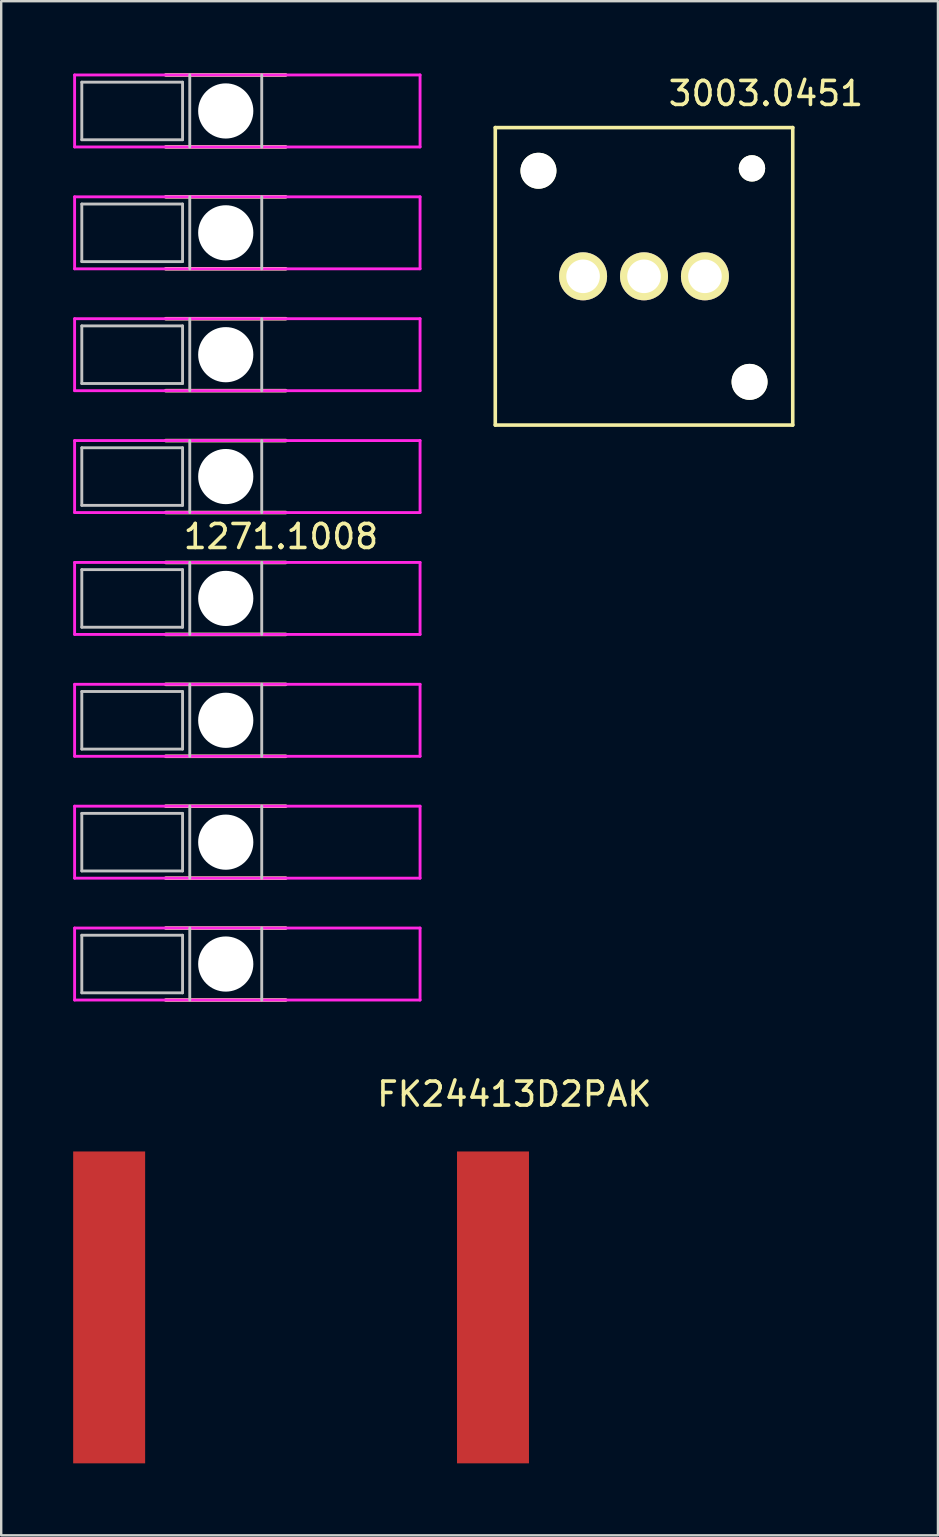
<source format=kicad_pcb>
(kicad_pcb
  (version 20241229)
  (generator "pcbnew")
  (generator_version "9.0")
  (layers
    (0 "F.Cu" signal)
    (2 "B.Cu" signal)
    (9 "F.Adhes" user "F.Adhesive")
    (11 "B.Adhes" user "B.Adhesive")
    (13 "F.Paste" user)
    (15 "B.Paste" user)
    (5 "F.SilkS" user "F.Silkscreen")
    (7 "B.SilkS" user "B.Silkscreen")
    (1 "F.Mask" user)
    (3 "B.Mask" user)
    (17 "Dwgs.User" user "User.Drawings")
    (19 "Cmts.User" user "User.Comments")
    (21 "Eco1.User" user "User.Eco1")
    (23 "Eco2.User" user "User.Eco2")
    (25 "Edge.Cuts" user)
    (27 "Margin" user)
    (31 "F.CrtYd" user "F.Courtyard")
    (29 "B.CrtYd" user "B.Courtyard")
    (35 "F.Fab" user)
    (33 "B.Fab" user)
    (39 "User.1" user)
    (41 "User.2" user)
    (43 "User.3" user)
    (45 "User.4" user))
  (footprint "FK24413D2PAK"
    (layer "F.Cu")
    (at 9.5 51.448)
    (property "Reference" "FK24413D2PAK" (at 8.89 -8.89 0) (layer "F.SilkS") (effects (font (size 1 1) (thickness 0.15))))
    (attr through_hole)
    (pad "1" smd rect (at -8 0) (size 3 13) (layers "F.Cu" "F.Mask" "F.Paste"))
    (pad "1" smd rect (at 8 0) (size 3 13) (layers "F.Cu" "F.Mask" "F.Paste")))
  (footprint "3003.0451"
    (layer "F.Cu")
    (at 23.795 8.468)
    (property "Reference" "3003.0451" (at 5.08 -7.62 0) (layer "F.SilkS") (effects (font (size 1 1) (thickness 0.15))))
    (attr through_hole)
    (fp_line (start -6.2 -6.2) (end -6.2 6.2) (stroke (width 0.15) (type solid)) (layer "F.SilkS"))
    (fp_line (start -6.2 6.2) (end 6.2 6.2) (stroke (width 0.15) (type solid)) (layer "F.SilkS"))
    (fp_line (start 6.2 -6.2) (end -6.2 -6.2) (stroke (width 0.15) (type solid)) (layer "F.SilkS"))
    (fp_line (start 6.2 6.2) (end 6.2 -6.2) (stroke (width 0.15) (type solid)) (layer "F.SilkS"))
    (pad "" np_thru_hole circle (at -4.4 -4.4) (size 1.5 1.5) (drill 1.5) (layers "*.Cu" "*.Mask" "F.SilkS"))
    (pad "" np_thru_hole circle (at 4.4 4.4) (size 1.5 1.5) (drill 1.5) (layers "*.Cu" "*.Mask" "F.SilkS"))
    (pad "" np_thru_hole circle (at 4.5 -4.5) (size 1.1 1.1) (drill 1.1) (layers "*.Cu" "*.Mask" "F.SilkS"))
    (pad "1" thru_hole circle (at 0 0) (size 2 2) (drill 1.4) (layers "*.Cu" "*.Mask" "F.SilkS"))
    (pad "2" thru_hole circle (at -2.54 0) (size 2 2) (drill 1.4) (layers "*.Cu" "*.Mask" "F.SilkS"))
    (pad "3" thru_hole circle (at 2.54 0) (size 2 2) (drill 1.4) (layers "*.Cu" "*.Mask" "F.SilkS")))
  (footprint "1271.1008"
    (layer "F.Cu")
    (at 6.36 19.355)
    (property "Reference" "1271.1008" (at 2.3 -0.04 0) (layer "F.SilkS") (effects (font (size 1 1) (thickness 0.15))))
    (attr through_hole)
    (fp_line (start -2.5 -19.28) (end 2.5 -19.28) (stroke (width 0.15) (type solid)) (layer "F.SilkS"))
    (fp_line (start -2.5 -16.28) (end 2.5 -16.28) (stroke (width 0.15) (type solid)) (layer "F.SilkS"))
    (fp_line (start -2.5 -14.2) (end 2.5 -14.2) (stroke (width 0.15) (type solid)) (layer "F.SilkS"))
    (fp_line (start -2.5 -11.2) (end 2.5 -11.2) (stroke (width 0.15) (type solid)) (layer "F.SilkS"))
    (fp_line (start -2.5 -9.12) (end 2.5 -9.12) (stroke (width 0.15) (type solid)) (layer "F.SilkS"))
    (fp_line (start -2.5 -6.12) (end 2.5 -6.12) (stroke (width 0.15) (type solid)) (layer "F.SilkS"))
    (fp_line (start -2.5 -4.04) (end 2.5 -4.04) (stroke (width 0.15) (type solid)) (layer "F.SilkS"))
    (fp_line (start -2.5 -1.04) (end 2.5 -1.04) (stroke (width 0.15) (type solid)) (layer "F.SilkS"))
    (fp_line (start -2.5 1.04) (end 2.5 1.04) (stroke (width 0.15) (type solid)) (layer "F.SilkS"))
    (fp_line (start -2.5 4.04) (end 2.5 4.04) (stroke (width 0.15) (type solid)) (layer "F.SilkS"))
    (fp_line (start -2.5 6.12) (end 2.5 6.12) (stroke (width 0.15) (type solid)) (layer "F.SilkS"))
    (fp_line (start -2.5 9.12) (end 2.5 9.12) (stroke (width 0.15) (type solid)) (layer "F.SilkS"))
    (fp_line (start -2.5 11.2) (end 2.5 11.2) (stroke (width 0.15) (type solid)) (layer "F.SilkS"))
    (fp_line (start -2.5 14.2) (end 2.5 14.2) (stroke (width 0.15) (type solid)) (layer "F.SilkS"))
    (fp_line (start -2.5 16.28) (end 2.5 16.28) (stroke (width 0.15) (type solid)) (layer "F.SilkS"))
    (fp_line (start -2.5 19.28) (end 2.5 19.28) (stroke (width 0.15) (type solid)) (layer "F.SilkS"))
    (fp_line (start -6 -18.98) (end -6 -16.58) (stroke (width 0.12) (type solid)) (layer "Dwgs.User"))
    (fp_line (start -6 -16.58) (end -1.8 -16.58) (stroke (width 0.12) (type solid)) (layer "Dwgs.User"))
    (fp_line (start -6 -13.9) (end -6 -11.5) (stroke (width 0.12) (type solid)) (layer "Dwgs.User"))
    (fp_line (start -6 -11.5) (end -1.8 -11.5) (stroke (width 0.12) (type solid)) (layer "Dwgs.User"))
    (fp_line (start -6 -8.82) (end -6 -6.42) (stroke (width 0.12) (type solid)) (layer "Dwgs.User"))
    (fp_line (start -6 -6.42) (end -1.8 -6.42) (stroke (width 0.12) (type solid)) (layer "Dwgs.User"))
    (fp_line (start -6 -3.74) (end -6 -1.34) (stroke (width 0.12) (type solid)) (layer "Dwgs.User"))
    (fp_line (start -6 -1.34) (end -1.8 -1.34) (stroke (width 0.12) (type solid)) (layer "Dwgs.User"))
    (fp_line (start -6 1.34) (end -6 3.74) (stroke (width 0.12) (type solid)) (layer "Dwgs.User"))
    (fp_line (start -6 3.74) (end -1.8 3.74) (stroke (width 0.12) (type solid)) (layer "Dwgs.User"))
    (fp_line (start -6 6.42) (end -6 8.82) (stroke (width 0.12) (type solid)) (layer "Dwgs.User"))
    (fp_line (start -6 8.82) (end -1.8 8.82) (stroke (width 0.12) (type solid)) (layer "Dwgs.User"))
    (fp_line (start -6 11.5) (end -6 13.9) (stroke (width 0.12) (type solid)) (layer "Dwgs.User"))
    (fp_line (start -6 13.9) (end -1.8 13.9) (stroke (width 0.12) (type solid)) (layer "Dwgs.User"))
    (fp_line (start -6 16.58) (end -6 18.98) (stroke (width 0.12) (type solid)) (layer "Dwgs.User"))
    (fp_line (start -6 18.98) (end -1.8 18.98) (stroke (width 0.12) (type solid)) (layer "Dwgs.User"))
    (fp_line (start -1.8 -18.98) (end -6 -18.98) (stroke (width 0.12) (type solid)) (layer "Dwgs.User"))
    (fp_line (start -1.8 -16.58) (end -1.8 -18.98) (stroke (width 0.12) (type solid)) (layer "Dwgs.User"))
    (fp_line (start -1.8 -13.9) (end -6 -13.9) (stroke (width 0.12) (type solid)) (layer "Dwgs.User"))
    (fp_line (start -1.8 -11.5) (end -1.8 -13.9) (stroke (width 0.12) (type solid)) (layer "Dwgs.User"))
    (fp_line (start -1.8 -8.82) (end -6 -8.82) (stroke (width 0.12) (type solid)) (layer "Dwgs.User"))
    (fp_line (start -1.8 -6.42) (end -1.8 -8.82) (stroke (width 0.12) (type solid)) (layer "Dwgs.User"))
    (fp_line (start -1.8 -3.74) (end -6 -3.74) (stroke (width 0.12) (type solid)) (layer "Dwgs.User"))
    (fp_line (start -1.8 -1.34) (end -1.8 -3.74) (stroke (width 0.12) (type solid)) (layer "Dwgs.User"))
    (fp_line (start -1.8 1.34) (end -6 1.34) (stroke (width 0.12) (type solid)) (layer "Dwgs.User"))
    (fp_line (start -1.8 3.74) (end -1.8 1.34) (stroke (width 0.12) (type solid)) (layer "Dwgs.User"))
    (fp_line (start -1.8 6.42) (end -6 6.42) (stroke (width 0.12) (type solid)) (layer "Dwgs.User"))
    (fp_line (start -1.8 8.82) (end -1.8 6.42) (stroke (width 0.12) (type solid)) (layer "Dwgs.User"))
    (fp_line (start -1.8 11.5) (end -6 11.5) (stroke (width 0.12) (type solid)) (layer "Dwgs.User"))
    (fp_line (start -1.8 13.9) (end -1.8 11.5) (stroke (width 0.12) (type solid)) (layer "Dwgs.User"))
    (fp_line (start -1.8 16.58) (end -6 16.58) (stroke (width 0.12) (type solid)) (layer "Dwgs.User"))
    (fp_line (start -1.8 18.98) (end -1.8 16.58) (stroke (width 0.12) (type solid)) (layer "Dwgs.User"))
    (fp_line (start -1.5 -16.28) (end -1.5 -19.28) (stroke (width 0.12) (type solid)) (layer "Dwgs.User"))
    (fp_line (start -1.5 -11.2) (end -1.5 -14.2) (stroke (width 0.12) (type solid)) (layer "Dwgs.User"))
    (fp_line (start -1.5 -6.12) (end -1.5 -9.12) (stroke (width 0.12) (type solid)) (layer "Dwgs.User"))
    (fp_line (start -1.5 -1.04) (end -1.5 -4.04) (stroke (width 0.12) (type solid)) (layer "Dwgs.User"))
    (fp_line (start -1.5 4.04) (end -1.5 1.04) (stroke (width 0.12) (type solid)) (layer "Dwgs.User"))
    (fp_line (start -1.5 9.12) (end -1.5 6.12) (stroke (width 0.12) (type solid)) (layer "Dwgs.User"))
    (fp_line (start -1.5 14.2) (end -1.5 11.2) (stroke (width 0.12) (type solid)) (layer "Dwgs.User"))
    (fp_line (start -1.5 19.28) (end -1.5 16.28) (stroke (width 0.12) (type solid)) (layer "Dwgs.User"))
    (fp_line (start 1.5 -19.28) (end 1.5 -16.28) (stroke (width 0.12) (type solid)) (layer "Dwgs.User"))
    (fp_line (start 1.5 -14.2) (end 1.5 -11.2) (stroke (width 0.12) (type solid)) (layer "Dwgs.User"))
    (fp_line (start 1.5 -9.12) (end 1.5 -6.12) (stroke (width 0.12) (type solid)) (layer "Dwgs.User"))
    (fp_line (start 1.5 -4.04) (end 1.5 -1.04) (stroke (width 0.12) (type solid)) (layer "Dwgs.User"))
    (fp_line (start 1.5 1.04) (end 1.5 4.04) (stroke (width 0.12) (type solid)) (layer "Dwgs.User"))
    (fp_line (start 1.5 6.12) (end 1.5 9.12) (stroke (width 0.12) (type solid)) (layer "Dwgs.User"))
    (fp_line (start 1.5 11.2) (end 1.5 14.2) (stroke (width 0.12) (type solid)) (layer "Dwgs.User"))
    (fp_line (start 1.5 16.28) (end 1.5 19.28) (stroke (width 0.12) (type solid)) (layer "Dwgs.User"))
    (fp_line (start -6.3 -19.28) (end -6.3 -16.28) (stroke (width 0.12) (type solid)) (layer "F.CrtYd"))
    (fp_line (start -6.3 -16.28) (end 8.1 -16.28) (stroke (width 0.12) (type solid)) (layer "F.CrtYd"))
    (fp_line (start -6.3 -14.2) (end -6.3 -11.2) (stroke (width 0.12) (type solid)) (layer "F.CrtYd"))
    (fp_line (start -6.3 -11.2) (end 8.1 -11.2) (stroke (width 0.12) (type solid)) (layer "F.CrtYd"))
    (fp_line (start -6.3 -9.12) (end -6.3 -6.12) (stroke (width 0.12) (type solid)) (layer "F.CrtYd"))
    (fp_line (start -6.3 -6.12) (end 8.1 -6.12) (stroke (width 0.12) (type solid)) (layer "F.CrtYd"))
    (fp_line (start -6.3 -4.04) (end -6.3 -1.04) (stroke (width 0.12) (type solid)) (layer "F.CrtYd"))
    (fp_line (start -6.3 -1.04) (end 8.1 -1.04) (stroke (width 0.12) (type solid)) (layer "F.CrtYd"))
    (fp_line (start -6.3 1.04) (end -6.3 4.04) (stroke (width 0.12) (type solid)) (layer "F.CrtYd"))
    (fp_line (start -6.3 4.04) (end 8.1 4.04) (stroke (width 0.12) (type solid)) (layer "F.CrtYd"))
    (fp_line (start -6.3 6.12) (end -6.3 9.12) (stroke (width 0.12) (type solid)) (layer "F.CrtYd"))
    (fp_line (start -6.3 9.12) (end 8.1 9.12) (stroke (width 0.12) (type solid)) (layer "F.CrtYd"))
    (fp_line (start -6.3 11.2) (end -6.3 14.2) (stroke (width 0.12) (type solid)) (layer "F.CrtYd"))
    (fp_line (start -6.3 14.2) (end 8.1 14.2) (stroke (width 0.12) (type solid)) (layer "F.CrtYd"))
    (fp_line (start -6.3 16.28) (end -6.3 19.28) (stroke (width 0.12) (type solid)) (layer "F.CrtYd"))
    (fp_line (start -6.3 19.28) (end 8.1 19.28) (stroke (width 0.12) (type solid)) (layer "F.CrtYd"))
    (fp_line (start 8.1 -19.28) (end -6.3 -19.28) (stroke (width 0.12) (type solid)) (layer "F.CrtYd"))
    (fp_line (start 8.1 -16.28) (end 8.1 -19.28) (stroke (width 0.12) (type solid)) (layer "F.CrtYd"))
    (fp_line (start 8.1 -14.2) (end -6.3 -14.2) (stroke (width 0.12) (type solid)) (layer "F.CrtYd"))
    (fp_line (start 8.1 -11.2) (end 8.1 -14.2) (stroke (width 0.12) (type solid)) (layer "F.CrtYd"))
    (fp_line (start 8.1 -9.12) (end -6.3 -9.12) (stroke (width 0.12) (type solid)) (layer "F.CrtYd"))
    (fp_line (start 8.1 -6.12) (end 8.1 -9.12) (stroke (width 0.12) (type solid)) (layer "F.CrtYd"))
    (fp_line (start 8.1 -4.04) (end -6.3 -4.04) (stroke (width 0.12) (type solid)) (layer "F.CrtYd"))
    (fp_line (start 8.1 -1.04) (end 8.1 -4.04) (stroke (width 0.12) (type solid)) (layer "F.CrtYd"))
    (fp_line (start 8.1 1.04) (end -6.3 1.04) (stroke (width 0.12) (type solid)) (layer "F.CrtYd"))
    (fp_line (start 8.1 4.04) (end 8.1 1.04) (stroke (width 0.12) (type solid)) (layer "F.CrtYd"))
    (fp_line (start 8.1 6.12) (end -6.3 6.12) (stroke (width 0.12) (type solid)) (layer "F.CrtYd"))
    (fp_line (start 8.1 9.12) (end 8.1 6.12) (stroke (width 0.12) (type solid)) (layer "F.CrtYd"))
    (fp_line (start 8.1 11.2) (end -6.3 11.2) (stroke (width 0.12) (type solid)) (layer "F.CrtYd"))
    (fp_line (start 8.1 14.2) (end 8.1 11.2) (stroke (width 0.12) (type solid)) (layer "F.CrtYd"))
    (fp_line (start 8.1 16.28) (end -6.3 16.28) (stroke (width 0.12) (type solid)) (layer "F.CrtYd"))
    (fp_line (start 8.1 19.28) (end 8.1 16.28) (stroke (width 0.12) (type solid)) (layer "F.CrtYd"))
    (pad "" np_thru_hole circle (at 0 -17.78) (size 2.3 2.3) (drill 2.3) (layers "*.Cu" "*.Mask"))
    (pad "" np_thru_hole circle (at 0 -12.7) (size 2.3 2.3) (drill 2.3) (layers "*.Cu" "*.Mask"))
    (pad "" np_thru_hole circle (at 0 -7.62) (size 2.3 2.3) (drill 2.3) (layers "*.Cu" "*.Mask"))
    (pad "" np_thru_hole circle (at 0 -2.54) (size 2.3 2.3) (drill 2.3) (layers "*.Cu" "*.Mask"))
    (pad "" np_thru_hole circle (at 0 2.54) (size 2.3 2.3) (drill 2.3) (layers "*.Cu" "*.Mask"))
    (pad "" np_thru_hole circle (at 0 7.62) (size 2.3 2.3) (drill 2.3) (layers "*.Cu" "*.Mask"))
    (pad "" np_thru_hole circle (at 0 12.7) (size 2.3 2.3) (drill 2.3) (layers "*.Cu" "*.Mask"))
    (pad "" np_thru_hole circle (at 0 17.78) (size 2.3 2.3) (drill 2.3) (layers "*.Cu" "*.Mask")))
  (gr_rect
    (start -3 -3)
    (end 36.048 60.948)
    (stroke (width 0.1) (type default))
    (fill no)
    (layer "Edge.Cuts")))
</source>
